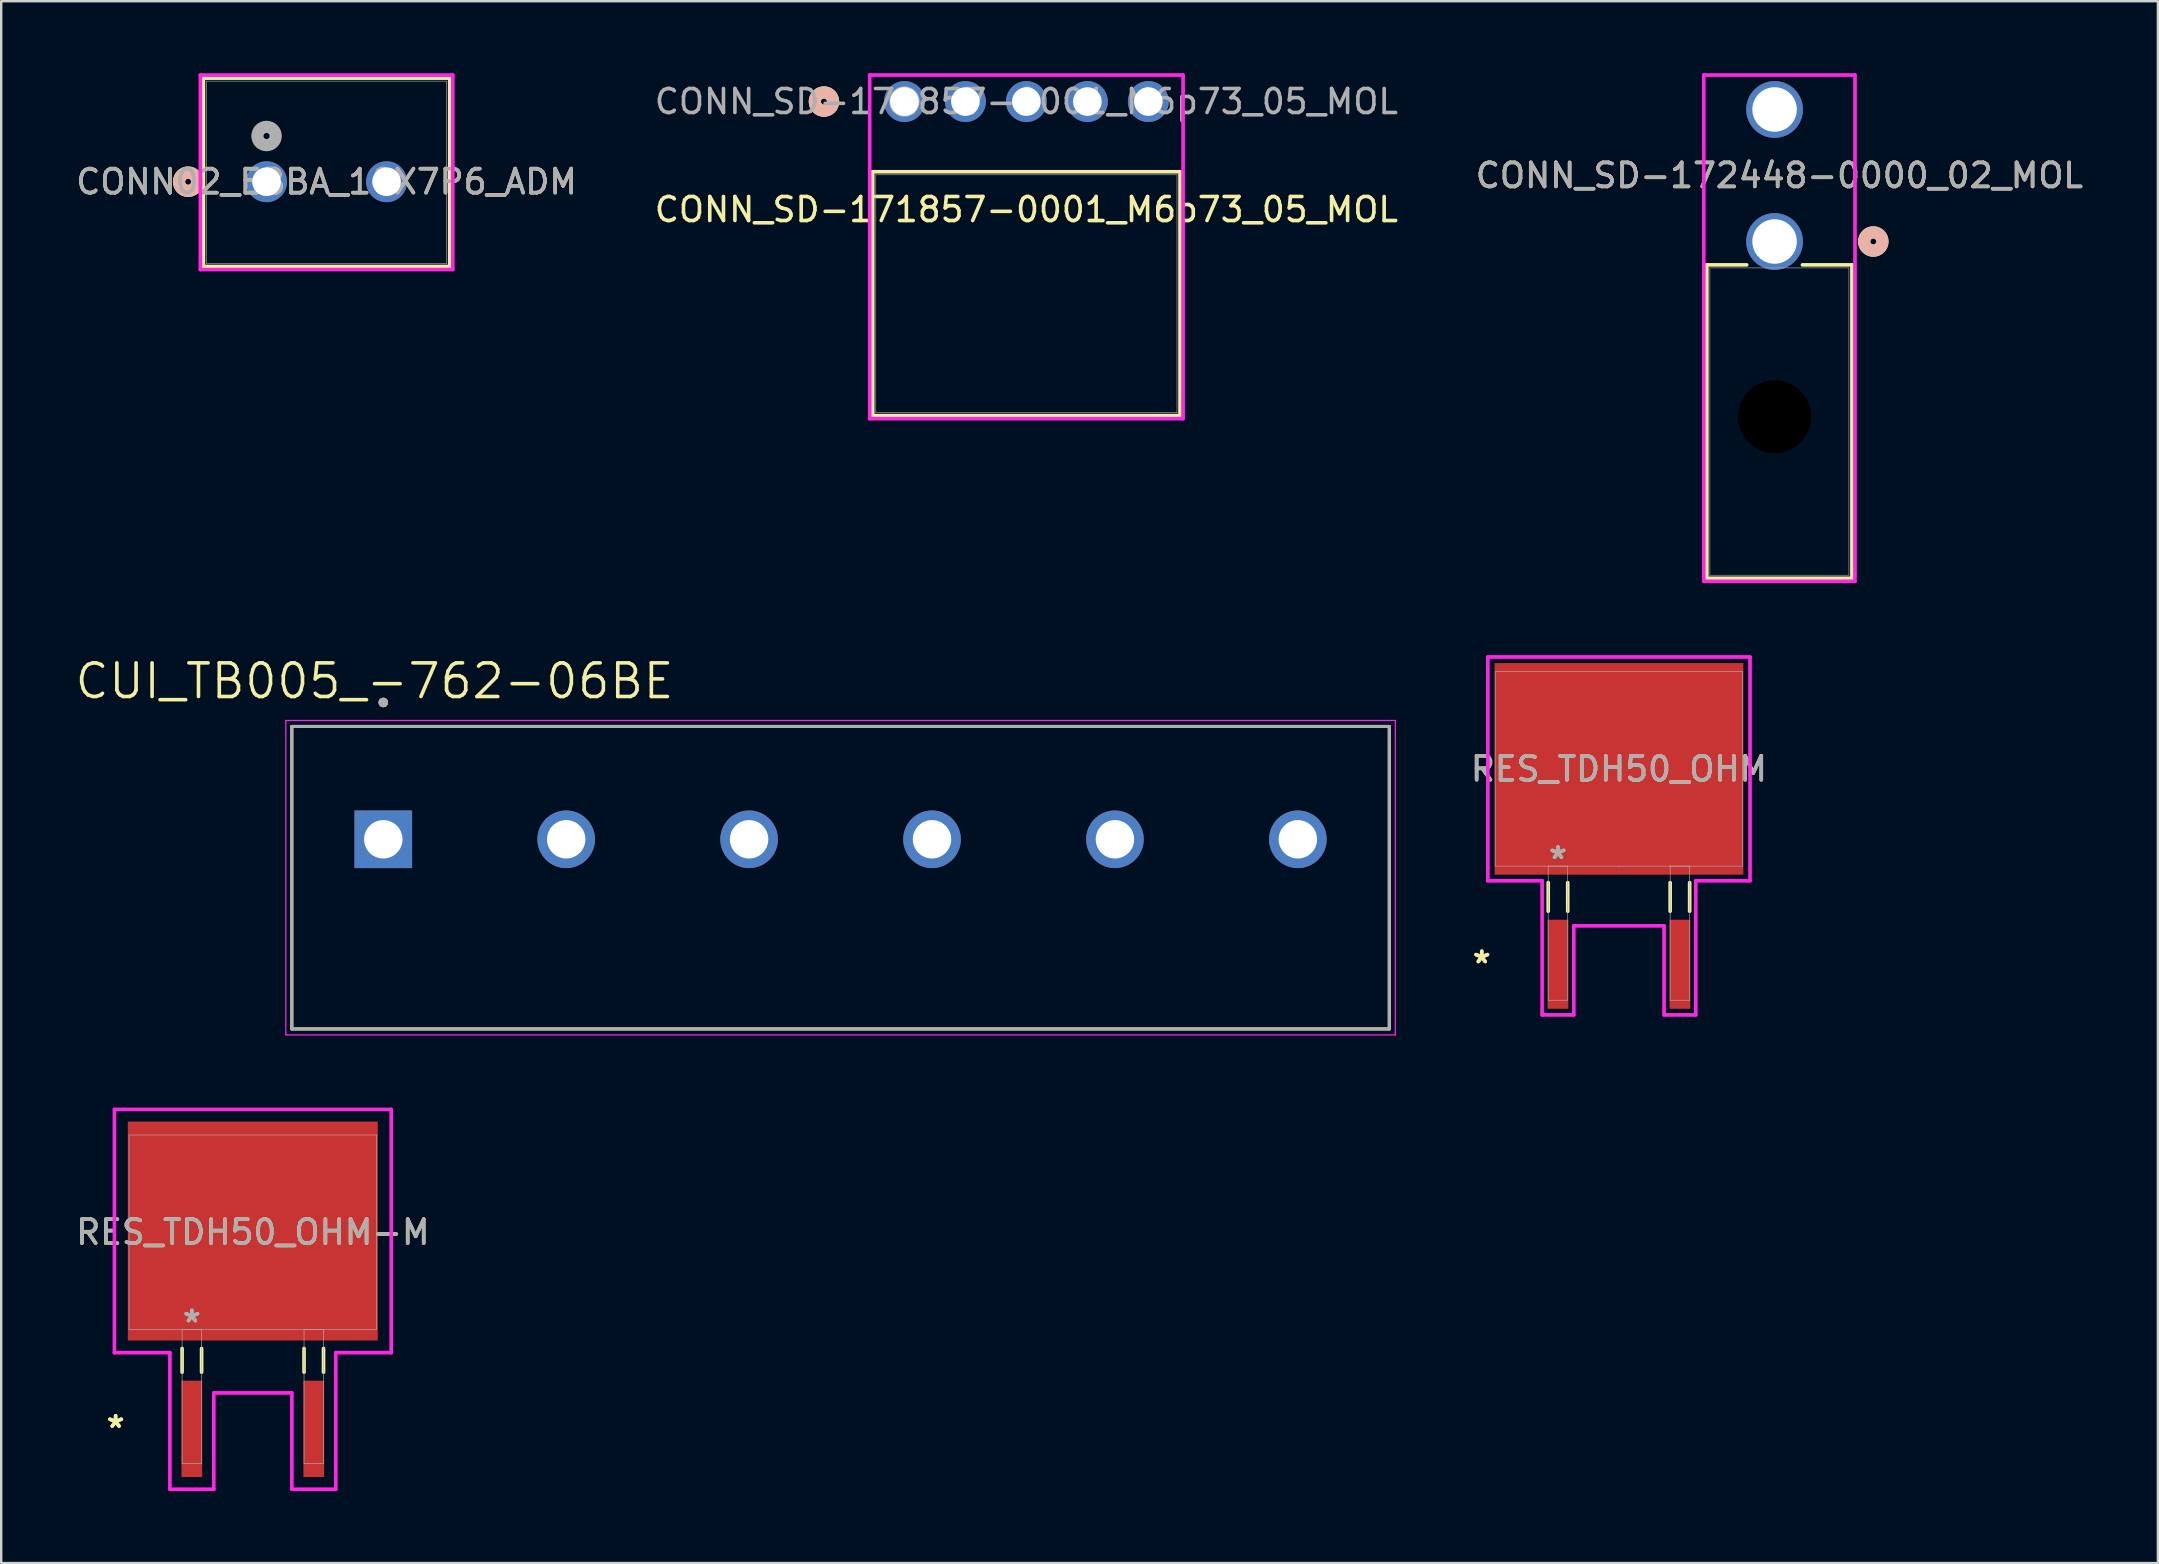
<source format=kicad_pcb>
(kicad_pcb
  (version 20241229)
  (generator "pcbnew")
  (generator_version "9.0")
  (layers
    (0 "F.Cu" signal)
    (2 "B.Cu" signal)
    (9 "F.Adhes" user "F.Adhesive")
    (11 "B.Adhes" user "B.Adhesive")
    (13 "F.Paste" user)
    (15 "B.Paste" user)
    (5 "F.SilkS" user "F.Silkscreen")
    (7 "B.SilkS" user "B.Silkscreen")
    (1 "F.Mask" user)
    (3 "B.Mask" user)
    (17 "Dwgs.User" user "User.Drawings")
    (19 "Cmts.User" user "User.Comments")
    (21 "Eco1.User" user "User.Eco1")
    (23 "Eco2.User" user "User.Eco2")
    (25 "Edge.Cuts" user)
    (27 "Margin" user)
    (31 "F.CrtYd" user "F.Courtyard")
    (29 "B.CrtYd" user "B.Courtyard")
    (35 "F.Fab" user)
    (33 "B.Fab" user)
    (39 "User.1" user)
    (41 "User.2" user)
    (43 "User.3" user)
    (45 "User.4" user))
  (footprint "CUI_TB005_-762-06BE"
    (layer "F.Cu")
    (at 12.917 31.914)
    (property "Reference" "CUI_TB005_-762-06BE" (at -0.365 -6.589 0) (layer "F.SilkS") (effects (font (size 1.4 1.4) (thickness 0.15))))
    (attr through_hole)
    (fp_line (start -3.81 -4.7) (end 41.91 -4.7) (stroke (width 0.127) (type solid)) (layer "F.SilkS"))
    (fp_line (start -3.81 7.9) (end -3.81 -4.7) (stroke (width 0.127) (type solid)) (layer "F.SilkS"))
    (fp_line (start 41.91 -4.7) (end 41.91 7.9) (stroke (width 0.127) (type solid)) (layer "F.SilkS"))
    (fp_line (start 41.91 7.9) (end -3.81 7.9) (stroke (width 0.127) (type solid)) (layer "F.SilkS"))
    (fp_circle (center 0 -5.7) (end 0.1 -5.7) (stroke (width 0.2) (type solid)) (fill no) (layer "F.SilkS"))
    (fp_line (start -4.06 -4.95) (end 42.16 -4.95) (stroke (width 0.05) (type solid)) (layer "F.CrtYd"))
    (fp_line (start -4.06 8.15) (end -4.06 -4.95) (stroke (width 0.05) (type solid)) (layer "F.CrtYd"))
    (fp_line (start 42.16 -4.95) (end 42.16 8.15) (stroke (width 0.05) (type solid)) (layer "F.CrtYd"))
    (fp_line (start 42.16 8.15) (end -4.06 8.15) (stroke (width 0.05) (type solid)) (layer "F.CrtYd"))
    (fp_line (start -3.81 -4.7) (end 41.91 -4.7) (stroke (width 0.127) (type solid)) (layer "F.Fab"))
    (fp_line (start -3.81 7.9) (end -3.81 -4.7) (stroke (width 0.127) (type solid)) (layer "F.Fab"))
    (fp_line (start 41.91 -4.7) (end 41.91 7.9) (stroke (width 0.127) (type solid)) (layer "F.Fab"))
    (fp_line (start 41.91 7.9) (end -3.81 7.9) (stroke (width 0.127) (type solid)) (layer "F.Fab"))
    (fp_circle (center 0 -5.7) (end 0.1 -5.7) (stroke (width 0.2) (type solid)) (fill no) (layer "F.Fab"))
    (pad "1" thru_hole rect (at 0 0) (size 2.4 2.4) (drill 1.6) (layers "*.Cu" "*.Mask"))
    (pad "2" thru_hole circle (at 7.62 0) (size 2.4 2.4) (drill 1.6) (layers "*.Cu" "*.Mask"))
    (pad "3" thru_hole circle (at 15.24 0) (size 2.4 2.4) (drill 1.6) (layers "*.Cu" "*.Mask"))
    (pad "4" thru_hole circle (at 22.86 0) (size 2.4 2.4) (drill 1.6) (layers "*.Cu" "*.Mask"))
    (pad "5" thru_hole circle (at 30.48 0) (size 2.4 2.4) (drill 1.6) (layers "*.Cu" "*.Mask"))
    (pad "6" thru_hole circle (at 38.1 0) (size 2.4 2.4) (drill 1.6) (layers "*.Cu" "*.Mask")))
  (footprint "RES_TDH50_OHM"
    (layer "F.Cu")
    (at 64.393 28.98)
    (property "Reference" "RES_TDH50_OHM" (at 0 0 0) (unlocked yes) (layer "F.SilkS") (effects (font (size 1 1) (thickness 0.15))))
    (attr smd)
    (fp_line (start -2.946 4.74) (end -2.946 5.931) (stroke (width 0.152) (type solid)) (layer "F.SilkS"))
    (fp_line (start -2.134 4.74) (end -2.134 5.931) (stroke (width 0.152) (type solid)) (layer "F.SilkS"))
    (fp_line (start 2.134 4.74) (end 2.134 5.931) (stroke (width 0.152) (type solid)) (layer "F.SilkS"))
    (fp_line (start 2.946 4.74) (end 2.946 5.931) (stroke (width 0.152) (type solid)) (layer "F.SilkS"))
    (fp_line (start -5.461 -4.661) (end 5.461 -4.661) (stroke (width 0.152) (type solid)) (layer "F.CrtYd"))
    (fp_line (start -5.461 4.661) (end -5.461 -4.661) (stroke (width 0.152) (type solid)) (layer "F.CrtYd"))
    (fp_line (start -3.2 4.661) (end -5.461 4.661) (stroke (width 0.152) (type solid)) (layer "F.CrtYd"))
    (fp_line (start -3.2 10.249) (end -3.2 4.661) (stroke (width 0.152) (type solid)) (layer "F.CrtYd"))
    (fp_line (start -1.88 6.54) (end -1.88 10.249) (stroke (width 0.152) (type solid)) (layer "F.CrtYd"))
    (fp_line (start -1.88 10.249) (end -3.2 10.249) (stroke (width 0.152) (type solid)) (layer "F.CrtYd"))
    (fp_line (start 1.88 6.54) (end -1.88 6.54) (stroke (width 0.152) (type solid)) (layer "F.CrtYd"))
    (fp_line (start 1.88 10.249) (end 1.88 6.54) (stroke (width 0.152) (type solid)) (layer "F.CrtYd"))
    (fp_line (start 3.2 4.661) (end 3.2 10.249) (stroke (width 0.152) (type solid)) (layer "F.CrtYd"))
    (fp_line (start 3.2 10.249) (end 1.88 10.249) (stroke (width 0.152) (type solid)) (layer "F.CrtYd"))
    (fp_line (start 5.461 -4.661) (end 5.461 4.661) (stroke (width 0.152) (type solid)) (layer "F.CrtYd"))
    (fp_line (start 5.461 4.661) (end 3.2 4.661) (stroke (width 0.152) (type solid)) (layer "F.CrtYd"))
    (fp_line (start -5.156 -4.051) (end -5.156 4.051) (stroke (width 0.025) (type solid)) (layer "F.Fab"))
    (fp_line (start -5.156 4.051) (end 5.156 4.051) (stroke (width 0.025) (type solid)) (layer "F.Fab"))
    (fp_line (start -2.946 4.051) (end -2.946 9.639) (stroke (width 0.025) (type solid)) (layer "F.Fab"))
    (fp_line (start -2.946 9.639) (end -2.134 9.639) (stroke (width 0.025) (type solid)) (layer "F.Fab"))
    (fp_line (start -2.134 4.051) (end -2.946 4.051) (stroke (width 0.025) (type solid)) (layer "F.Fab"))
    (fp_line (start -2.134 9.639) (end -2.134 4.051) (stroke (width 0.025) (type solid)) (layer "F.Fab"))
    (fp_line (start 0 4.051) (end 0 4.051) (stroke (width 0.025) (type solid)) (layer "F.Fab"))
    (fp_line (start 0 4.051) (end 0 4.051) (stroke (width 0.025) (type solid)) (layer "F.Fab"))
    (fp_line (start 0 4.051) (end 0 4.051) (stroke (width 0.025) (type solid)) (layer "F.Fab"))
    (fp_line (start 2.134 4.051) (end 2.134 9.639) (stroke (width 0.025) (type solid)) (layer "F.Fab"))
    (fp_line (start 2.134 9.639) (end 2.946 9.639) (stroke (width 0.025) (type solid)) (layer "F.Fab"))
    (fp_line (start 2.946 4.051) (end 2.134 4.051) (stroke (width 0.025) (type solid)) (layer "F.Fab"))
    (fp_line (start 2.946 9.639) (end 2.946 4.051) (stroke (width 0.025) (type solid)) (layer "F.Fab"))
    (fp_line (start 5.156 -4.051) (end -5.156 -4.051) (stroke (width 0.025) (type solid)) (layer "F.Fab"))
    (fp_line (start 5.156 4.051) (end 5.156 -4.051) (stroke (width 0.025) (type solid)) (layer "F.Fab"))
    (fp_text user "*" (at -5.715 8.141 0) (layer "F.SilkS") (effects (font (size 1 1) (thickness 0.15))))
    (fp_text user "*" (at -5.715 8.141 0) (unlocked yes) (layer "F.SilkS") (effects (font (size 1 1) (thickness 0.15))))
    (fp_text user "*" (at -2.54 3.797 0) (layer "F.Fab") (effects (font (size 1 1) (thickness 0.15))))
    (fp_text user "*" (at -2.54 3.797 0) (unlocked yes) (layer "F.Fab") (effects (font (size 1 1) (thickness 0.15))))
    (fp_text user "${REFERENCE}" (at 0 0 0) (unlocked yes) (layer "F.Fab") (effects (font (size 1 1) (thickness 0.15))))
    (pad "1" smd rect (at -2.54 8.141) (size 0.864 3.708) (layers "F.Cu" "F.Mask" "F.Paste"))
    (pad "2" smd rect (at 2.54 8.141) (size 0.864 3.708) (layers "F.Cu" "F.Mask" "F.Paste"))
    (pad "3" smd rect (at 0 0) (size 10.363 8.814) (layers "F.Cu" "F.Mask" "F.Paste")))
  (footprint "CONN02_EBBA_10X7P6_ADM"
    (layer "F.Cu")
    (at 8.054 4.521)
    (property "Reference" "CONN02_EBBA_10X7P6_ADM" (at 2.5 0 0) (unlocked yes) (layer "F.SilkS") (effects (font (size 1 1) (thickness 0.15))))
    (attr through_hole)
    (fp_line (start -2.631 -4.318) (end -2.631 3.531) (stroke (width 0.152) (type solid)) (layer "F.SilkS"))
    (fp_line (start -2.631 3.531) (end 7.631 3.531) (stroke (width 0.152) (type solid)) (layer "F.SilkS"))
    (fp_line (start 7.631 -4.318) (end -2.631 -4.318) (stroke (width 0.152) (type solid)) (layer "F.SilkS"))
    (fp_line (start 7.631 3.531) (end 7.631 -4.318) (stroke (width 0.152) (type solid)) (layer "F.SilkS"))
    (fp_circle (center -3.266 0) (end -2.885 0) (stroke (width 0.508) (type solid)) (fill no) (layer "F.SilkS"))
    (fp_circle (center -3.266 0) (end -2.885 0) (stroke (width 0.508) (type solid)) (fill no) (layer "B.SilkS"))
    (fp_line (start -2.758 -4.445) (end -2.758 3.658) (stroke (width 0.152) (type solid)) (layer "F.CrtYd"))
    (fp_line (start -2.758 3.658) (end 7.758 3.658) (stroke (width 0.152) (type solid)) (layer "F.CrtYd"))
    (fp_line (start 7.758 -4.445) (end -2.758 -4.445) (stroke (width 0.152) (type solid)) (layer "F.CrtYd"))
    (fp_line (start 7.758 3.658) (end 7.758 -4.445) (stroke (width 0.152) (type solid)) (layer "F.CrtYd"))
    (fp_line (start -2.504 -4.191) (end -2.504 3.404) (stroke (width 0.025) (type solid)) (layer "F.Fab"))
    (fp_line (start -2.504 3.404) (end 7.504 3.404) (stroke (width 0.025) (type solid)) (layer "F.Fab"))
    (fp_line (start 7.504 -4.191) (end -2.504 -4.191) (stroke (width 0.025) (type solid)) (layer "F.Fab"))
    (fp_line (start 7.504 3.404) (end 7.504 -4.191) (stroke (width 0.025) (type solid)) (layer "F.Fab"))
    (fp_circle (center 0 -1.905) (end 0.381 -1.905) (stroke (width 0.508) (type solid)) (fill no) (layer "F.Fab"))
    (fp_text user "${REFERENCE}" (at 2.5 0 0) (unlocked yes) (layer "F.Fab") (effects (font (size 1 1) (thickness 0.15))))
    (pad "1" thru_hole circle (at 0 0) (size 1.702 1.702) (drill 1.194) (layers "*.Cu" "*.Mask"))
    (pad "2" thru_hole circle (at 5 0) (size 1.702 1.702) (drill 1.194) (layers "*.Cu" "*.Mask")))
  (footprint "RES_TDH50_OHM-M"
    (layer "F.Cu")
    (at 7.482 48.284)
    (property "Reference" "RES_TDH50_OHM-M" (at 0 0 0) (unlocked yes) (layer "F.SilkS") (effects (font (size 1 1) (thickness 0.15))))
    (attr smd)
    (fp_line (start -2.946 4.841) (end -2.946 5.829) (stroke (width 0.152) (type solid)) (layer "F.SilkS"))
    (fp_line (start -2.134 4.841) (end -2.134 5.829) (stroke (width 0.152) (type solid)) (layer "F.SilkS"))
    (fp_line (start 2.134 4.841) (end 2.134 5.829) (stroke (width 0.152) (type solid)) (layer "F.SilkS"))
    (fp_line (start 2.946 4.841) (end 2.946 5.829) (stroke (width 0.152) (type solid)) (layer "F.SilkS"))
    (fp_line (start -5.766 -5.118) (end 5.766 -5.118) (stroke (width 0.152) (type solid)) (layer "F.CrtYd"))
    (fp_line (start -5.766 5.016) (end -5.766 -5.118) (stroke (width 0.152) (type solid)) (layer "F.CrtYd"))
    (fp_line (start -3.454 5.016) (end -5.766 5.016) (stroke (width 0.152) (type solid)) (layer "F.CrtYd"))
    (fp_line (start -3.454 10.706) (end -3.454 5.016) (stroke (width 0.152) (type solid)) (layer "F.CrtYd"))
    (fp_line (start -1.626 6.693) (end -1.626 10.706) (stroke (width 0.152) (type solid)) (layer "F.CrtYd"))
    (fp_line (start -1.626 10.706) (end -3.454 10.706) (stroke (width 0.152) (type solid)) (layer "F.CrtYd"))
    (fp_line (start 1.626 6.693) (end -1.626 6.693) (stroke (width 0.152) (type solid)) (layer "F.CrtYd"))
    (fp_line (start 1.626 10.706) (end 1.626 6.693) (stroke (width 0.152) (type solid)) (layer "F.CrtYd"))
    (fp_line (start 3.454 5.016) (end 3.454 10.706) (stroke (width 0.152) (type solid)) (layer "F.CrtYd"))
    (fp_line (start 3.454 10.706) (end 1.626 10.706) (stroke (width 0.152) (type solid)) (layer "F.CrtYd"))
    (fp_line (start 5.766 -5.118) (end 5.766 5.016) (stroke (width 0.152) (type solid)) (layer "F.CrtYd"))
    (fp_line (start 5.766 5.016) (end 3.454 5.016) (stroke (width 0.152) (type solid)) (layer "F.CrtYd"))
    (fp_line (start -5.156 -4.051) (end -5.156 4.051) (stroke (width 0.025) (type solid)) (layer "F.Fab"))
    (fp_line (start -5.156 4.051) (end 5.156 4.051) (stroke (width 0.025) (type solid)) (layer "F.Fab"))
    (fp_line (start -2.946 4.051) (end -2.946 9.639) (stroke (width 0.025) (type solid)) (layer "F.Fab"))
    (fp_line (start -2.946 9.639) (end -2.134 9.639) (stroke (width 0.025) (type solid)) (layer "F.Fab"))
    (fp_line (start -2.134 4.051) (end -2.946 4.051) (stroke (width 0.025) (type solid)) (layer "F.Fab"))
    (fp_line (start -2.134 9.639) (end -2.134 4.051) (stroke (width 0.025) (type solid)) (layer "F.Fab"))
    (fp_line (start 0 4.051) (end 0 4.051) (stroke (width 0.025) (type solid)) (layer "F.Fab"))
    (fp_line (start 0 4.051) (end 0 4.051) (stroke (width 0.025) (type solid)) (layer "F.Fab"))
    (fp_line (start 0 4.051) (end 0 4.051) (stroke (width 0.025) (type solid)) (layer "F.Fab"))
    (fp_line (start 2.134 4.051) (end 2.134 9.639) (stroke (width 0.025) (type solid)) (layer "F.Fab"))
    (fp_line (start 2.134 9.639) (end 2.946 9.639) (stroke (width 0.025) (type solid)) (layer "F.Fab"))
    (fp_line (start 2.946 4.051) (end 2.134 4.051) (stroke (width 0.025) (type solid)) (layer "F.Fab"))
    (fp_line (start 2.946 9.639) (end 2.946 4.051) (stroke (width 0.025) (type solid)) (layer "F.Fab"))
    (fp_line (start 5.156 -4.051) (end -5.156 -4.051) (stroke (width 0.025) (type solid)) (layer "F.Fab"))
    (fp_line (start 5.156 4.051) (end 5.156 -4.051) (stroke (width 0.025) (type solid)) (layer "F.Fab"))
    (fp_text user "*" (at -5.715 8.191 0) (layer "F.SilkS") (effects (font (size 1 1) (thickness 0.15))))
    (fp_text user "*" (at -5.715 8.191 0) (unlocked yes) (layer "F.SilkS") (effects (font (size 1 1) (thickness 0.15))))
    (fp_text user "*" (at -2.54 3.797 0) (layer "F.Fab") (effects (font (size 1 1) (thickness 0.15))))
    (fp_text user "*" (at -2.54 3.797 0) (unlocked yes) (layer "F.Fab") (effects (font (size 1 1) (thickness 0.15))))
    (fp_text user "${REFERENCE}" (at 0 0 0) (unlocked yes) (layer "F.Fab") (effects (font (size 1 1) (thickness 0.15))))
    (pad "1" smd rect (at -2.54 8.191) (size 0.864 4.013) (layers "F.Cu" "F.Mask" "F.Paste"))
    (pad "2" smd rect (at 0 -0.051) (size 10.414 9.119) (layers "F.Cu" "F.Mask" "F.Paste"))
    (pad "3" smd rect (at 2.54 8.191) (size 0.864 4.013) (layers "F.Cu" "F.Mask" "F.Paste")))
  (footprint "CONN_SD-171857-0001_M6p73_05_MOL"
    (layer "F.Cu")
    (at 34.628 1.181)
    (property "Reference" "CONN_SD-171857-0001_M6p73_05_MOL" (at 5.08 4.5 0) (unlocked yes) (layer "F.SilkS") (effects (font (size 1 1) (thickness 0.15))))
    (attr through_hole)
    (fp_line (start -1.321 2.923) (end -1.321 13.083) (stroke (width 0.152) (type solid)) (layer "F.SilkS"))
    (fp_line (start -1.321 13.083) (end 11.481 13.083) (stroke (width 0.152) (type solid)) (layer "F.SilkS"))
    (fp_line (start 11.481 2.923) (end -1.321 2.923) (stroke (width 0.152) (type solid)) (layer "F.SilkS"))
    (fp_line (start 11.481 13.083) (end 11.481 2.923) (stroke (width 0.152) (type solid)) (layer "F.SilkS"))
    (fp_circle (center -3.353 0) (end -2.972 0) (stroke (width 0.508) (type solid)) (fill no) (layer "F.SilkS"))
    (fp_circle (center -3.353 0) (end -2.972 0) (stroke (width 0.508) (type solid)) (fill no) (layer "B.SilkS"))
    (fp_line (start -1.448 -1.105) (end -1.448 13.21) (stroke (width 0.152) (type solid)) (layer "F.CrtYd"))
    (fp_line (start -1.448 13.21) (end 11.608 13.21) (stroke (width 0.152) (type solid)) (layer "F.CrtYd"))
    (fp_line (start 11.608 -1.105) (end -1.448 -1.105) (stroke (width 0.152) (type solid)) (layer "F.CrtYd"))
    (fp_line (start 11.608 13.21) (end 11.608 -1.105) (stroke (width 0.152) (type solid)) (layer "F.CrtYd"))
    (fp_line (start -1.194 3.05) (end -1.194 12.956) (stroke (width 0.025) (type solid)) (layer "F.Fab"))
    (fp_line (start -1.194 12.956) (end 11.354 12.956) (stroke (width 0.025) (type solid)) (layer "F.Fab"))
    (fp_line (start 11.354 3.05) (end -1.194 3.05) (stroke (width 0.025) (type solid)) (layer "F.Fab"))
    (fp_line (start 11.354 12.956) (end 11.354 3.05) (stroke (width 0.025) (type solid)) (layer "F.Fab"))
    (fp_circle (center 0 0) (end 0.381 0) (stroke (width 0.508) (type solid)) (fill no) (layer "F.Fab"))
    (fp_text user "${REFERENCE}" (at 5.08 0 0) (unlocked yes) (layer "F.Fab") (effects (font (size 1 1) (thickness 0.15))))
    (pad "1" thru_hole circle (at 0 0) (size 1.702 1.702) (drill 1.194) (layers "*.Cu" "*.Mask"))
    (pad "2" thru_hole circle (at 2.54 0) (size 1.702 1.702) (drill 1.194) (layers "*.Cu" "*.Mask"))
    (pad "3" thru_hole circle (at 5.08 0) (size 1.702 1.702) (drill 1.194) (layers "*.Cu" "*.Mask"))
    (pad "4" thru_hole circle (at 7.62 0) (size 1.702 1.702) (drill 1.194) (layers "*.Cu" "*.Mask"))
    (pad "5" thru_hole circle (at 10.16 0) (size 1.702 1.702) (drill 1.194) (layers "*.Cu" "*.Mask")))
  (footprint "CONN_SD-172448-0000_02_MOL"
    (layer "F.Cu")
    (at 70.877 7.011)
    (property "Reference" "CONN_SD-172448-0000_02_MOL" (at 0.2 -2.75 0) (unlocked yes) (layer "F.SilkS") (effects (font (size 1 1) (thickness 0.15))))
    (attr through_hole)
    (fp_line (start -2.823 0.973) (end -2.823 14.029) (stroke (width 0.152) (type solid)) (layer "F.SilkS"))
    (fp_line (start -2.823 14.029) (end 3.223 14.029) (stroke (width 0.152) (type solid)) (layer "F.SilkS"))
    (fp_line (start -1.16 0.973) (end -2.823 0.973) (stroke (width 0.152) (type solid)) (layer "F.SilkS"))
    (fp_line (start 3.223 0.973) (end 1.16 0.973) (stroke (width 0.152) (type solid)) (layer "F.SilkS"))
    (fp_line (start 3.223 14.029) (end 3.223 0.973) (stroke (width 0.152) (type solid)) (layer "F.SilkS"))
    (fp_circle (center 4.112 0) (end 4.493 0) (stroke (width 0.508) (type solid)) (fill no) (layer "F.SilkS"))
    (fp_circle (center 4.112 0) (end 4.493 0) (stroke (width 0.508) (type solid)) (fill no) (layer "B.SilkS"))
    (fp_line (start -2.95 -6.935) (end -2.95 14.156) (stroke (width 0.152) (type solid)) (layer "F.CrtYd"))
    (fp_line (start -2.95 14.156) (end 3.35 14.156) (stroke (width 0.152) (type solid)) (layer "F.CrtYd"))
    (fp_line (start 3.35 -6.935) (end -2.95 -6.935) (stroke (width 0.152) (type solid)) (layer "F.CrtYd"))
    (fp_line (start 3.35 14.156) (end 3.35 -6.935) (stroke (width 0.152) (type solid)) (layer "F.CrtYd"))
    (fp_line (start -2.696 1.1) (end -2.696 13.902) (stroke (width 0.025) (type solid)) (layer "F.Fab"))
    (fp_line (start -2.696 13.902) (end 3.096 13.902) (stroke (width 0.025) (type solid)) (layer "F.Fab"))
    (fp_line (start 3.096 1.1) (end -2.696 1.1) (stroke (width 0.025) (type solid)) (layer "F.Fab"))
    (fp_line (start 3.096 13.902) (end 3.096 1.1) (stroke (width 0.025) (type solid)) (layer "F.Fab"))
    (fp_circle (center 0 0) (end 0.381 0) (stroke (width 0.508) (type solid)) (fill no) (layer "F.Fab"))
    (fp_text user "${REFERENCE}" (at 0.2 -2.75 0) (unlocked yes) (layer "F.Fab") (effects (font (size 1 1) (thickness 0.15))))
    (pad "" np_thru_hole circle (at 0 7.3) (size 3.048 3.048) (drill 3.048) (layers))
    (pad "1" thru_hole circle (at 0 0) (size 2.362 2.362) (drill 1.854) (layers "*.Cu" "*.Mask"))
    (pad "2" thru_hole circle (at 0 -5.5) (size 2.362 2.362) (drill 1.854) (layers "*.Cu" "*.Mask")))
  (gr_rect
    (start -3 -3)
    (end 86.845 62.066)
    (stroke (width 0.1) (type default))
    (fill no)
    (layer "Edge.Cuts")))
</source>
